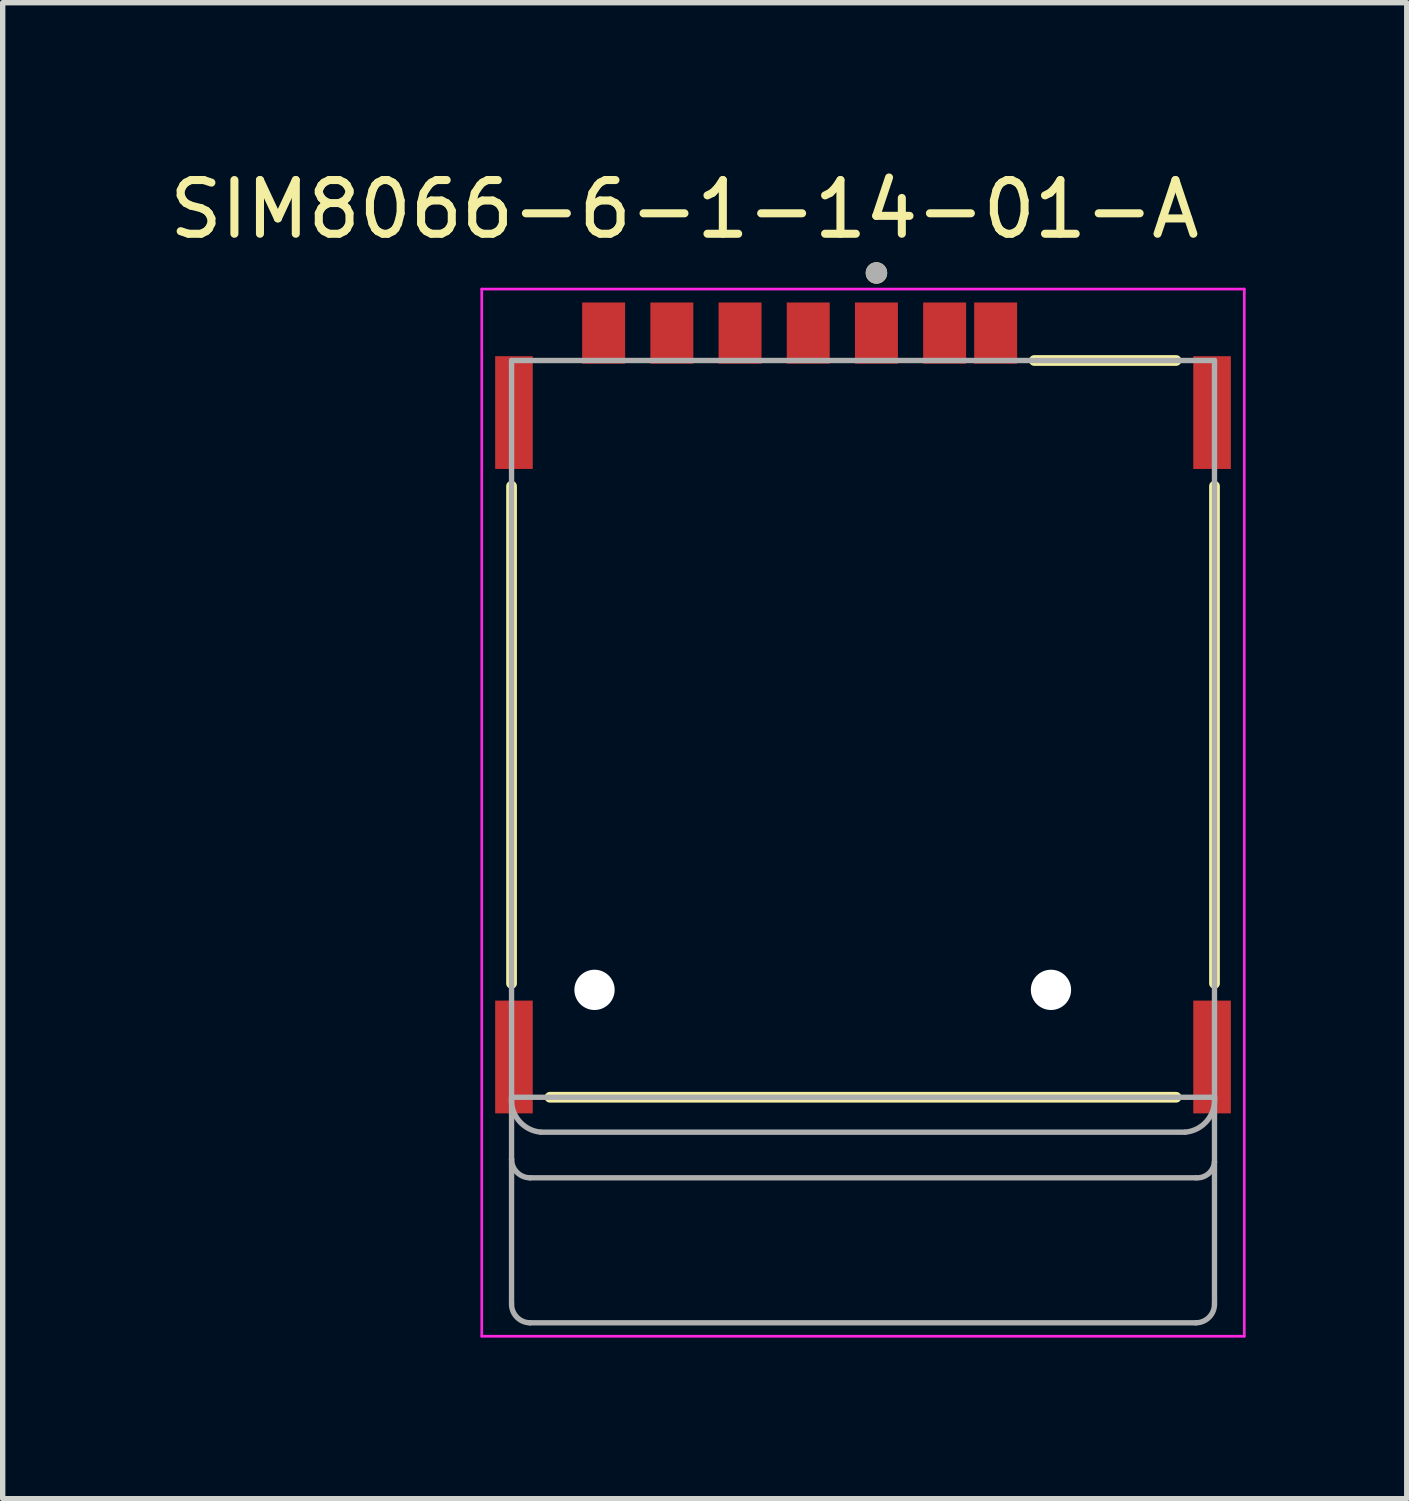
<source format=kicad_pcb>
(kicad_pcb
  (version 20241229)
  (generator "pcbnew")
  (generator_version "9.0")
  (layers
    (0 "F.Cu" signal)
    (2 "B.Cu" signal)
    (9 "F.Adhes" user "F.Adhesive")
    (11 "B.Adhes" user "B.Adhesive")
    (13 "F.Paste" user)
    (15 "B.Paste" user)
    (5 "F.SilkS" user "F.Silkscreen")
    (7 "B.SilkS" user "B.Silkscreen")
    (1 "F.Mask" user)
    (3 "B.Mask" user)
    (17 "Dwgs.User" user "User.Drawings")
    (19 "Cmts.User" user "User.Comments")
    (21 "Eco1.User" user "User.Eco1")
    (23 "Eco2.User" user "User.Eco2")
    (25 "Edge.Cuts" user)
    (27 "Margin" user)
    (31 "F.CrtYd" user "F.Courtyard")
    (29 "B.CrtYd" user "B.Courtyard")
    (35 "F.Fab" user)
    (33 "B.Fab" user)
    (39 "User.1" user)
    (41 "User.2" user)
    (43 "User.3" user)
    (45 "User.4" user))
  (footprint "SIM8066-6-1-14-01-A"
    (layer "F.Cu")
    (at 13.021 10.523)
    (property "Reference" "SIM8066-6-1-14-01-A" (at -3.325 -9.675 0) (layer "F.SilkS") (effects (font (size 1 1) (thickness 0.15))))
    (attr smd)
    (fp_line (start -6.545 -4.52) (end -6.545 4.74) (stroke (width 0.2) (type solid)) (layer "F.SilkS"))
    (fp_line (start -5.83 6.86) (end 5.83 6.86) (stroke (width 0.2) (type solid)) (layer "F.SilkS"))
    (fp_line (start 3.19 -6.86) (end 5.83 -6.86) (stroke (width 0.2) (type solid)) (layer "F.SilkS"))
    (fp_line (start 6.545 -4.52) (end 6.545 4.74) (stroke (width 0.2) (type solid)) (layer "F.SilkS"))
    (fp_circle (center 0.25 -8.49) (end 0.35 -8.49) (stroke (width 0.2) (type solid)) (fill no) (layer "F.SilkS"))
    (fp_line (start -7.1 -8.19) (end 7.1 -8.19) (stroke (width 0.05) (type solid)) (layer "F.CrtYd"))
    (fp_line (start -7.1 11.31) (end -7.1 -8.19) (stroke (width 0.05) (type solid)) (layer "F.CrtYd"))
    (fp_line (start 7.1 -8.19) (end 7.1 11.31) (stroke (width 0.05) (type solid)) (layer "F.CrtYd"))
    (fp_line (start 7.1 11.31) (end -7.1 11.31) (stroke (width 0.05) (type solid)) (layer "F.CrtYd"))
    (fp_line (start -6.545 -6.86) (end 6.545 -6.86) (stroke (width 0.1) (type solid)) (layer "F.Fab"))
    (fp_line (start -6.545 6.86) (end -6.545 -6.86) (stroke (width 0.1) (type solid)) (layer "F.Fab"))
    (fp_line (start -6.545 6.86) (end -6.545 8.01) (stroke (width 0.1) (type solid)) (layer "F.Fab"))
    (fp_line (start -6.545 8.01) (end -6.545 10.71) (stroke (width 0.1) (type solid)) (layer "F.Fab"))
    (fp_line (start -6.2 8.36) (end 6.2 8.36) (stroke (width 0.1) (type solid)) (layer "F.Fab"))
    (fp_line (start -6.2 11.06) (end 6.2 11.06) (stroke (width 0.1) (type solid)) (layer "F.Fab"))
    (fp_line (start -6 7.51) (end 6 7.51) (stroke (width 0.1) (type solid)) (layer "F.Fab"))
    (fp_line (start 6.545 -6.86) (end 6.545 6.86) (stroke (width 0.1) (type solid)) (layer "F.Fab"))
    (fp_line (start 6.545 6.86) (end -6.545 6.86) (stroke (width 0.1) (type solid)) (layer "F.Fab"))
    (fp_line (start 6.545 6.86) (end 6.545 8.06) (stroke (width 0.1) (type solid)) (layer "F.Fab"))
    (fp_line (start 6.545 8.06) (end 6.545 10.71) (stroke (width 0.1) (type solid)) (layer "F.Fab"))
    (fp_arc (start -6.2 8.36) (mid -6.444987 8.256452) (end -6.545 8.01) (stroke (width 0.1) (type solid)) (layer "F.Fab"))
    (fp_arc (start -6.2 11.06) (mid -6.444987 10.956452) (end -6.545 10.71) (stroke (width 0.1) (type solid)) (layer "F.Fab"))
    (fp_arc (start -6 7.51) (mid -6.407119 7.297873) (end -6.545 6.86) (stroke (width 0.1) (type solid)) (layer "F.Fab"))
    (fp_arc (start 6.545 6.86) (mid 6.407119 7.297873) (end 6 7.51) (stroke (width 0.1) (type solid)) (layer "F.Fab"))
    (fp_arc (start 6.545 8.06) (mid 6.434632 8.281452) (end 6.2 8.36) (stroke (width 0.1) (type solid)) (layer "F.Fab"))
    (fp_arc (start 6.545 10.71) (mid 6.444987 10.956452) (end 6.2 11.06) (stroke (width 0.1) (type solid)) (layer "F.Fab"))
    (fp_circle (center 0.25 -8.49) (end 0.35 -8.49) (stroke (width 0.2) (type solid)) (fill no) (layer "F.Fab"))
    (pad "" np_thru_hole circle (at -5 4.86) (size 0.75 0.75) (drill 0.75) (layers "*.Cu" "*.Mask"))
    (pad "" np_thru_hole circle (at 3.5 4.86) (size 0.75 0.75) (drill 0.75) (layers "*.Cu" "*.Mask"))
    (pad "C1" smd rect (at 0.25 -7.37) (size 0.8 1.14) (layers "F.Cu" "F.Mask" "F.Paste"))
    (pad "C2" smd rect (at -2.29 -7.37) (size 0.8 1.14) (layers "F.Cu" "F.Mask" "F.Paste"))
    (pad "C3" smd rect (at -4.83 -7.37) (size 0.8 1.14) (layers "F.Cu" "F.Mask" "F.Paste"))
    (pad "C5" smd rect (at 1.52 -7.37) (size 0.8 1.14) (layers "F.Cu" "F.Mask" "F.Paste"))
    (pad "C6" smd rect (at -1.02 -7.37) (size 0.8 1.14) (layers "F.Cu" "F.Mask" "F.Paste"))
    (pad "C7" smd rect (at -3.56 -7.37) (size 0.8 1.14) (layers "F.Cu" "F.Mask" "F.Paste"))
    (pad "CD" smd rect (at 2.47 -7.37) (size 0.8 1.14) (layers "F.Cu" "F.Mask" "F.Paste"))
    (pad "G1" smd rect (at -6.5 -5.89) (size 0.7 2.1) (layers "F.Cu" "F.Mask" "F.Paste"))
    (pad "G2" smd rect (at 6.5 -5.89) (size 0.7 2.1) (layers "F.Cu" "F.Mask" "F.Paste"))
    (pad "G3" smd rect (at -6.5 6.11) (size 0.7 2.1) (layers "F.Cu" "F.Mask" "F.Paste"))
    (pad "G4" smd rect (at 6.5 6.11) (size 0.7 2.1) (layers "F.Cu" "F.Mask" "F.Paste"))
    (zone (net_name "") (layer "F.Cu") (hatch full 0.508) (connect_pads) (min_thickness 0.01) (filled_areas_thickness no) (keepout (tracks not_allowed) (vias not_allowed) (pads not_allowed) (copperpour not_allowed) (footprints allowed)) (placement (enabled no)) (fill) (polygon (pts (xy 8.376 13.683) (xy 10.226 13.683) (xy 10.226 17.083) (xy 8.376 17.083))))
    (zone (net_name "") (layer "F.Cu") (hatch full 0.508) (connect_pads) (min_thickness 0.01) (filled_areas_thickness no) (keepout (tracks not_allowed) (vias not_allowed) (pads not_allowed) (copperpour not_allowed) (footprints allowed)) (placement (enabled no)) (fill) (polygon (pts (xy 8.741 8.228) (xy 9.941 8.228) (xy 9.941 11.438) (xy 8.741 11.438))))
    (zone (net_name "") (layer "F.Cu") (hatch full 0.508) (connect_pads) (min_thickness 0.01) (filled_areas_thickness no) (keepout (tracks not_allowed) (vias not_allowed) (pads not_allowed) (copperpour not_allowed) (footprints allowed)) (placement (enabled no)) (fill) (polygon (pts (xy 10.916 13.683) (xy 12.766 13.683) (xy 12.766 17.083) (xy 10.916 17.083))))
    (zone (net_name "") (layer "F.Cu") (hatch full 0.508) (connect_pads) (min_thickness 0.01) (filled_areas_thickness no) (keepout (tracks not_allowed) (vias not_allowed) (pads not_allowed) (copperpour not_allowed) (footprints allowed)) (placement (enabled no)) (fill) (polygon (pts (xy 11.281 8.228) (xy 12.481 8.228) (xy 12.481 11.438) (xy 11.281 11.438))))
    (zone (net_name "") (layer "F.Cu") (hatch full 0.508) (connect_pads) (min_thickness 0.01) (filled_areas_thickness no) (keepout (tracks not_allowed) (vias not_allowed) (pads not_allowed) (copperpour not_allowed) (footprints allowed)) (placement (enabled no)) (fill) (polygon (pts (xy 13.456 13.683) (xy 15.306 13.683) (xy 15.306 17.083) (xy 13.456 17.083))))
    (zone (net_name "") (layer "F.Cu") (hatch full 0.508) (connect_pads) (min_thickness 0.01) (filled_areas_thickness no) (keepout (tracks not_allowed) (vias not_allowed) (pads not_allowed) (copperpour not_allowed) (footprints allowed)) (placement (enabled no)) (fill) (polygon (pts (xy 13.821 4.838) (xy 15.021 4.838) (xy 15.021 7.388) (xy 13.821 7.388))))
    (zone (net_name "") (layer "F.Cu") (hatch full 0.508) (connect_pads) (min_thickness 0.01) (filled_areas_thickness no) (keepout (tracks not_allowed) (vias not_allowed) (pads not_allowed) (copperpour not_allowed) (footprints allowed)) (placement (enabled no)) (fill) (polygon (pts (xy 13.821 8.228) (xy 15.021 8.228) (xy 15.021 11.438) (xy 13.821 11.438))))
    (zone (net_name "") (layers "F.Cu" "B.Cu") (hatch full 0.508) (connect_pads) (min_thickness 0.01) (filled_areas_thickness no) (keepout (tracks allowed) (vias not_allowed) (pads allowed) (copperpour allowed) (footprints allowed)) (placement (enabled no)) (fill) (polygon (pts (xy 8.376 13.683) (xy 10.226 13.683) (xy 10.226 17.083) (xy 8.376 17.083))))
    (zone (net_name "") (layers "F.Cu" "B.Cu") (hatch full 0.508) (connect_pads) (min_thickness 0.01) (filled_areas_thickness no) (keepout (tracks allowed) (vias not_allowed) (pads allowed) (copperpour allowed) (footprints allowed)) (placement (enabled no)) (fill) (polygon (pts (xy 8.741 8.228) (xy 9.941 8.228) (xy 9.941 11.438) (xy 8.741 11.438))))
    (zone (net_name "") (layers "F.Cu" "B.Cu") (hatch full 0.508) (connect_pads) (min_thickness 0.01) (filled_areas_thickness no) (keepout (tracks allowed) (vias not_allowed) (pads allowed) (copperpour allowed) (footprints allowed)) (placement (enabled no)) (fill) (polygon (pts (xy 10.916 13.683) (xy 12.766 13.683) (xy 12.766 17.083) (xy 10.916 17.083))))
    (zone (net_name "") (layers "F.Cu" "B.Cu") (hatch full 0.508) (connect_pads) (min_thickness 0.01) (filled_areas_thickness no) (keepout (tracks allowed) (vias not_allowed) (pads allowed) (copperpour allowed) (footprints allowed)) (placement (enabled no)) (fill) (polygon (pts (xy 11.281 8.228) (xy 12.481 8.228) (xy 12.481 11.438) (xy 11.281 11.438))))
    (zone (net_name "") (layers "F.Cu" "B.Cu") (hatch full 0.508) (connect_pads) (min_thickness 0.01) (filled_areas_thickness no) (keepout (tracks allowed) (vias not_allowed) (pads allowed) (copperpour allowed) (footprints allowed)) (placement (enabled no)) (fill) (polygon (pts (xy 13.456 13.683) (xy 15.306 13.683) (xy 15.306 17.083) (xy 13.456 17.083))))
    (zone (net_name "") (layers "F.Cu" "B.Cu") (hatch full 0.508) (connect_pads) (min_thickness 0.01) (filled_areas_thickness no) (keepout (tracks allowed) (vias not_allowed) (pads allowed) (copperpour allowed) (footprints allowed)) (placement (enabled no)) (fill) (polygon (pts (xy 13.821 4.838) (xy 15.021 4.838) (xy 15.021 7.388) (xy 13.821 7.388))))
    (zone (net_name "") (layers "F.Cu" "B.Cu") (hatch full 0.508) (connect_pads) (min_thickness 0.01) (filled_areas_thickness no) (keepout (tracks allowed) (vias not_allowed) (pads allowed) (copperpour allowed) (footprints allowed)) (placement (enabled no)) (fill) (polygon (pts (xy 13.821 8.228) (xy 15.021 8.228) (xy 15.021 11.438) (xy 13.821 11.438)))))
  (gr_rect
    (start -3 -3)
    (end 23.146 24.858)
    (stroke (width 0.1) (type default))
    (fill no)
    (layer "Edge.Cuts")))
</source>
